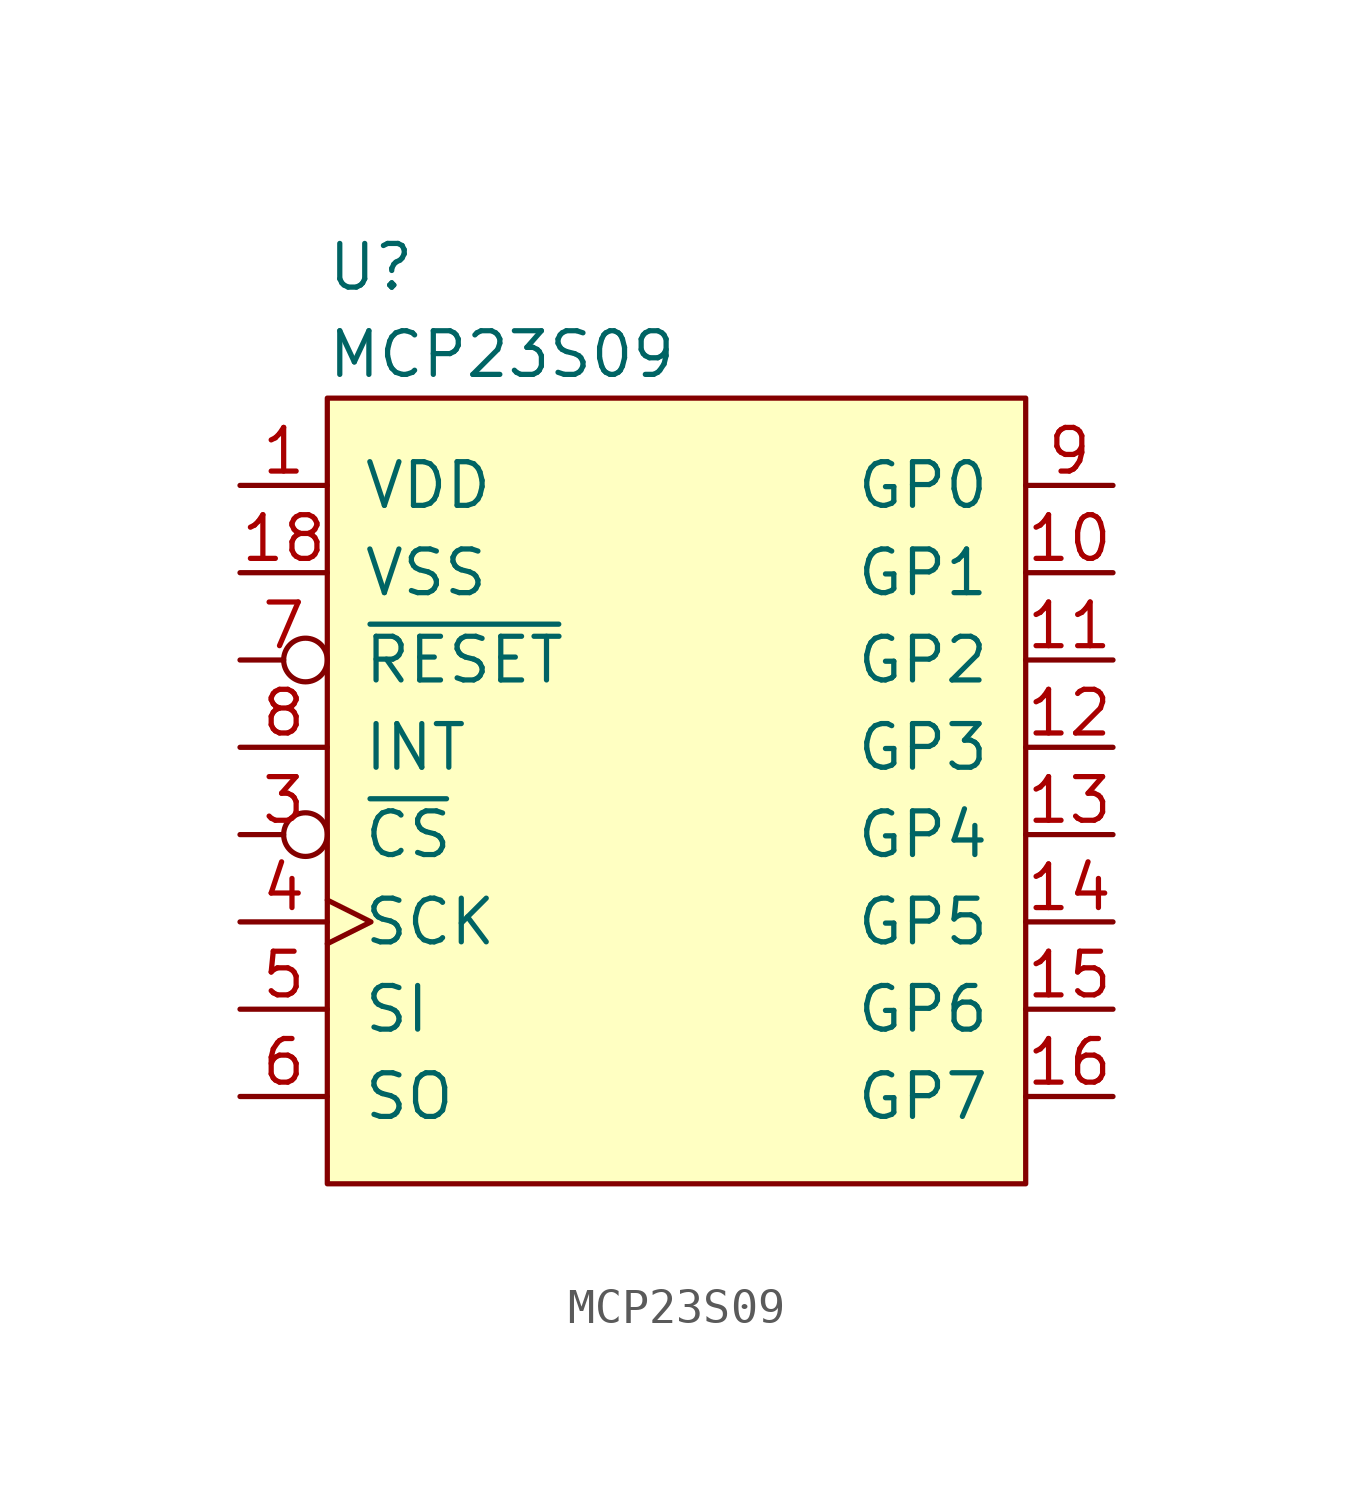
<source format=kicad_sym>
(kicad_symbol_lib
  (version 20211014)
  (generator kicad_symbol_editor)
  (symbol "MCP23S09"
    (pin_names
      (offset 1.016))
    (property "Reference" "U"
      (at -8.89 2.54 0)
      (effects (font (size 1.27 1.27))))
    (property "Value" "MCP23S09"
      (at -5.08 0 0)
      (effects (font (size 1.27 1.27))))
    (symbol "MCP23S09_0_1"
      (rectangle (start -10.16 -1.27) (end 10.16 -24.13) (stroke (width 0) (type default) (color 0 0 0 0)) (fill (type background))))
    (symbol "MCP23S09_1_1"
      (pin power_in line (at -12.7 -3.81 0) (length 2.54) (name "VDD" (effects (font (size 1.27 1.27)))) (number "1" (effects (font (size 1.27 1.27)))))
      (pin bidirectional line (at 12.7 -6.35 180) (length 2.54) (name "GP1" (effects (font (size 1.27 1.27)))) (number "10" (effects (font (size 1.27 1.27)))))
      (pin bidirectional line (at 12.7 -8.89 180) (length 2.54) (name "GP2" (effects (font (size 1.27 1.27)))) (number "11" (effects (font (size 1.27 1.27)))))
      (pin bidirectional line (at 12.7 -11.43 180) (length 2.54) (name "GP3" (effects (font (size 1.27 1.27)))) (number "12" (effects (font (size 1.27 1.27)))))
      (pin bidirectional line (at 12.7 -13.97 180) (length 2.54) (name "GP4" (effects (font (size 1.27 1.27)))) (number "13" (effects (font (size 1.27 1.27)))))
      (pin bidirectional line (at 12.7 -16.51 180) (length 2.54) (name "GP5" (effects (font (size 1.27 1.27)))) (number "14" (effects (font (size 1.27 1.27)))))
      (pin bidirectional line (at 12.7 -19.05 180) (length 2.54) (name "GP6" (effects (font (size 1.27 1.27)))) (number "15" (effects (font (size 1.27 1.27)))))
      (pin bidirectional line (at 12.7 -21.59 180) (length 2.54) (name "GP7" (effects (font (size 1.27 1.27)))) (number "16" (effects (font (size 1.27 1.27)))))
      (pin power_in line (at -12.7 -6.35 0) (length 2.54) (name "VSS" (effects (font (size 1.27 1.27)))) (number "18" (effects (font (size 1.27 1.27)))))
      (pin input inverted (at -12.7 -13.97 0) (length 2.54) (name "~{CS}" (effects (font (size 1.27 1.27)))) (number "3" (effects (font (size 1.27 1.27)))))
      (pin input clock (at -12.7 -16.51 0) (length 2.54) (name "SCK" (effects (font (size 1.27 1.27)))) (number "4" (effects (font (size 1.27 1.27)))))
      (pin input line (at -12.7 -19.05 0) (length 2.54) (name "SI" (effects (font (size 1.27 1.27)))) (number "5" (effects (font (size 1.27 1.27)))))
      (pin output line (at -12.7 -21.59 0) (length 2.54) (name "SO" (effects (font (size 1.27 1.27)))) (number "6" (effects (font (size 1.27 1.27)))))
      (pin input inverted (at -12.7 -8.89 0) (length 2.54) (name "~{RESET}" (effects (font (size 1.27 1.27)))) (number "7" (effects (font (size 1.27 1.27)))))
      (pin input line (at -12.7 -11.43 0) (length 2.54) (name "INT" (effects (font (size 1.27 1.27)))) (number "8" (effects (font (size 1.27 1.27)))))
      (pin bidirectional line (at 12.7 -3.81 180) (length 2.54) (name "GP0" (effects (font (size 1.27 1.27)))) (number "9" (effects (font (size 1.27 1.27))))))))
</source>
